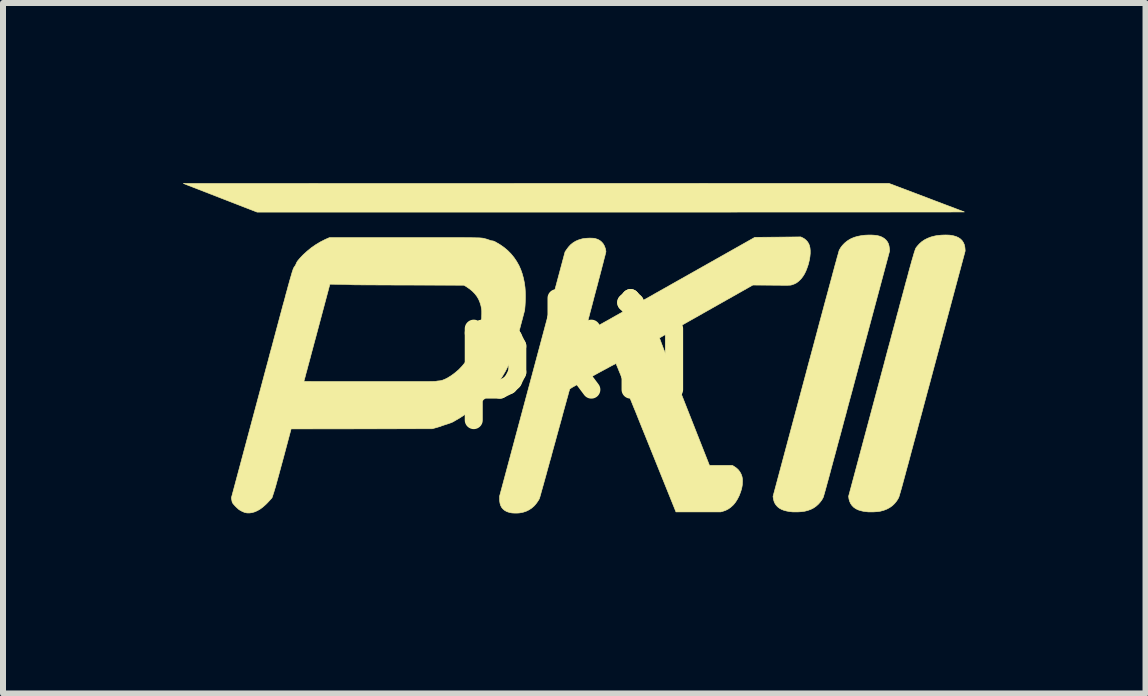
<source format=kicad_pcb>
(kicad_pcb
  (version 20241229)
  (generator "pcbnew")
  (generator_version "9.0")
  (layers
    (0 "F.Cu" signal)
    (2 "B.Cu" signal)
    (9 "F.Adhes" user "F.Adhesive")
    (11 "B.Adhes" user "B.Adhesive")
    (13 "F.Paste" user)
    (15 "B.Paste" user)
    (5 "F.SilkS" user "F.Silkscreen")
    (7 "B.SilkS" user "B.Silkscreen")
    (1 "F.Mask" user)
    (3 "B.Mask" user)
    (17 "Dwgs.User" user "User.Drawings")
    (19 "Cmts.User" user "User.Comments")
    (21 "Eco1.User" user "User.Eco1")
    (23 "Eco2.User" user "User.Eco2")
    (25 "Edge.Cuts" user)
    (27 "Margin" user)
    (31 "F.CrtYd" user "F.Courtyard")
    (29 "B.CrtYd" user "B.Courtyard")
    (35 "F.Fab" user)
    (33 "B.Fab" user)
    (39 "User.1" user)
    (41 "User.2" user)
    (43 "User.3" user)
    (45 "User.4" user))
  (footprint "pkii"
    (layer "F.Cu")
    (at 6.512 2.752)
    (property "Reference" "pkii" (at 0 0 0) (layer "F.SilkS") (effects (font (size 1.524 1.524) (thickness 0.3))))
    (attr through_hole)
    (fp_poly (pts (xy 5.872 -2.511) (xy 5.937 -2.486) (xy 6 -2.462) (xy 6.061 -2.439) (xy 6.119 -2.417) (xy 6.174 -2.396) (xy 6.227 -2.376) (xy 6.276 -2.358) (xy 6.321 -2.341) (xy 6.362 -2.325) (xy 6.399 -2.311) (xy 6.43 -2.299) (xy 6.457 -2.289) (xy 6.478 -2.281) (xy 6.493 -2.276) (xy 6.502 -2.272) (xy 6.504 -2.271) (xy 6.501 -2.271) (xy 6.49 -2.271) (xy 6.473 -2.271) (xy 6.448 -2.271) (xy 6.417 -2.271) (xy 6.379 -2.271) (xy 6.335 -2.271) (xy 6.284 -2.27) (xy 6.227 -2.27) (xy 6.164 -2.27) (xy 6.095 -2.27) (xy 6.019 -2.27) (xy 5.938 -2.27) (xy 5.852 -2.27) (xy 5.759 -2.27) (xy 5.662 -2.27) (xy 5.558 -2.27) (xy 5.45 -2.27) (xy 5.337 -2.27) (xy 5.218 -2.269) (xy 5.095 -2.269) (xy 4.967 -2.269) (xy 4.835 -2.269) (xy 4.698 -2.269) (xy 4.556 -2.269) (xy 4.41 -2.269) (xy 4.261 -2.269) (xy 4.107 -2.269) (xy 3.949 -2.269) (xy 3.788 -2.269) (xy 3.623 -2.269) (xy 3.454 -2.269) (xy 3.282 -2.269) (xy 3.107 -2.269) (xy 2.928 -2.269) (xy 2.746 -2.269) (xy 2.562 -2.268) (xy 2.375 -2.268) (xy 2.185 -2.268) (xy 1.992 -2.268) (xy 1.797 -2.268) (xy 1.6 -2.268) (xy 1.401 -2.268) (xy 1.199 -2.268) (xy 0.995 -2.268) (xy 0.79 -2.268) (xy 0.617 -2.268) (xy -5.278 -2.268) (xy -6.507 -2.745) (xy -0.63 -2.746) (xy 5.247 -2.747) (xy 5.872 -2.511)) (stroke (width 0.01) (type solid)) (fill yes) (layer "F.SilkS"))
    (fp_poly (pts (xy 5.006 -1.883) (xy 5.049 -1.878) (xy 5.087 -1.869) (xy 5.121 -1.857) (xy 5.151 -1.841) (xy 5.174 -1.826) (xy 5.201 -1.801) (xy 5.223 -1.773) (xy 5.24 -1.74) (xy 5.25 -1.703) (xy 5.256 -1.661) (xy 5.257 -1.656) (xy 5.259 -1.62) (xy 4.712 0.421) (xy 4.672 0.57) (xy 4.634 0.713) (xy 4.597 0.849) (xy 4.562 0.978) (xy 4.53 1.101) (xy 4.498 1.217) (xy 4.469 1.327) (xy 4.441 1.432) (xy 4.414 1.53) (xy 4.389 1.622) (xy 4.366 1.709) (xy 4.344 1.791) (xy 4.323 1.867) (xy 4.304 1.938) (xy 4.286 2.004) (xy 4.27 2.065) (xy 4.255 2.121) (xy 4.241 2.173) (xy 4.228 2.22) (xy 4.216 2.263) (xy 4.206 2.301) (xy 4.196 2.336) (xy 4.188 2.366) (xy 4.18 2.393) (xy 4.174 2.416) (xy 4.168 2.436) (xy 4.163 2.452) (xy 4.16 2.465) (xy 4.157 2.475) (xy 4.154 2.482) (xy 4.153 2.486) (xy 4.152 2.487) (xy 4.13 2.527) (xy 4.103 2.563) (xy 4.073 2.597) (xy 4.035 2.631) (xy 3.994 2.66) (xy 3.949 2.683) (xy 3.9 2.701) (xy 3.847 2.715) (xy 3.789 2.723) (xy 3.727 2.727) (xy 3.705 2.727) (xy 3.684 2.727) (xy 3.667 2.727) (xy 3.653 2.727) (xy 3.649 2.727) (xy 3.593 2.721) (xy 3.544 2.712) (xy 3.501 2.701) (xy 3.464 2.687) (xy 3.431 2.67) (xy 3.402 2.649) (xy 3.387 2.635) (xy 3.363 2.607) (xy 3.345 2.578) (xy 3.332 2.545) (xy 3.323 2.507) (xy 3.322 2.5) (xy 3.317 2.469) (xy 3.863 0.43) (xy 3.905 0.271) (xy 3.946 0.12) (xy 3.985 -0.025) (xy 4.022 -0.163) (xy 4.057 -0.294) (xy 4.09 -0.419) (xy 4.122 -0.537) (xy 4.152 -0.649) (xy 4.18 -0.754) (xy 4.207 -0.853) (xy 4.232 -0.945) (xy 4.255 -1.031) (xy 4.277 -1.112) (xy 4.297 -1.186) (xy 4.315 -1.254) (xy 4.332 -1.316) (xy 4.347 -1.373) (xy 4.361 -1.423) (xy 4.374 -1.468) (xy 4.384 -1.508) (xy 4.394 -1.542) (xy 4.402 -1.57) (xy 4.408 -1.593) (xy 4.413 -1.611) (xy 4.417 -1.624) (xy 4.419 -1.631) (xy 4.42 -1.633) (xy 4.444 -1.675) (xy 4.474 -1.715) (xy 4.51 -1.752) (xy 4.55 -1.785) (xy 4.593 -1.813) (xy 4.624 -1.829) (xy 4.673 -1.849) (xy 4.726 -1.864) (xy 4.782 -1.875) (xy 4.843 -1.883) (xy 4.904 -1.886) (xy 4.958 -1.886) (xy 5.006 -1.883)) (stroke (width 0.01) (type solid)) (fill yes) (layer "F.SilkS"))
    (fp_poly (pts (xy 6.225 -1.886) (xy 6.253 -1.885) (xy 6.272 -1.883) (xy 6.322 -1.874) (xy 6.367 -1.861) (xy 6.405 -1.844) (xy 6.438 -1.822) (xy 6.465 -1.796) (xy 6.486 -1.765) (xy 6.502 -1.731) (xy 6.512 -1.691) (xy 6.516 -1.656) (xy 6.518 -1.62) (xy 5.971 0.421) (xy 5.933 0.564) (xy 5.896 0.7) (xy 5.861 0.83) (xy 5.828 0.953) (xy 5.797 1.07) (xy 5.767 1.181) (xy 5.739 1.285) (xy 5.713 1.384) (xy 5.688 1.478) (xy 5.664 1.565) (xy 5.642 1.648) (xy 5.621 1.725) (xy 5.602 1.797) (xy 5.584 1.865) (xy 5.567 1.928) (xy 5.551 1.986) (xy 5.536 2.04) (xy 5.523 2.091) (xy 5.51 2.137) (xy 5.499 2.179) (xy 5.488 2.218) (xy 5.479 2.253) (xy 5.47 2.285) (xy 5.462 2.314) (xy 5.455 2.34) (xy 5.448 2.363) (xy 5.442 2.384) (xy 5.437 2.402) (xy 5.432 2.418) (xy 5.428 2.432) (xy 5.425 2.444) (xy 5.422 2.454) (xy 5.419 2.463) (xy 5.417 2.47) (xy 5.414 2.477) (xy 5.413 2.482) (xy 5.411 2.486) (xy 5.41 2.489) (xy 5.408 2.492) (xy 5.407 2.495) (xy 5.407 2.495) (xy 5.378 2.543) (xy 5.344 2.585) (xy 5.306 2.622) (xy 5.263 2.653) (xy 5.215 2.679) (xy 5.162 2.7) (xy 5.105 2.715) (xy 5.087 2.718) (xy 5.066 2.721) (xy 5.041 2.723) (xy 5.012 2.725) (xy 4.982 2.727) (xy 4.953 2.727) (xy 4.927 2.727) (xy 4.908 2.727) (xy 4.863 2.722) (xy 4.825 2.717) (xy 4.79 2.709) (xy 4.758 2.7) (xy 4.736 2.693) (xy 4.697 2.674) (xy 4.662 2.65) (xy 4.634 2.622) (xy 4.611 2.59) (xy 4.594 2.553) (xy 4.582 2.512) (xy 4.58 2.494) (xy 4.576 2.467) (xy 5.122 0.429) (xy 5.161 0.284) (xy 5.197 0.147) (xy 5.232 0.016) (xy 5.266 -0.108) (xy 5.297 -0.226) (xy 5.327 -0.338) (xy 5.356 -0.444) (xy 5.382 -0.544) (xy 5.408 -0.638) (xy 5.431 -0.727) (xy 5.454 -0.811) (xy 5.475 -0.889) (xy 5.495 -0.963) (xy 5.513 -1.031) (xy 5.53 -1.095) (xy 5.547 -1.155) (xy 5.562 -1.21) (xy 5.575 -1.261) (xy 5.588 -1.308) (xy 5.6 -1.352) (xy 5.611 -1.391) (xy 5.621 -1.427) (xy 5.63 -1.46) (xy 5.639 -1.49) (xy 5.647 -1.517) (xy 5.654 -1.541) (xy 5.66 -1.563) (xy 5.666 -1.582) (xy 5.671 -1.599) (xy 5.676 -1.613) (xy 5.68 -1.626) (xy 5.684 -1.637) (xy 5.687 -1.646) (xy 5.69 -1.654) (xy 5.693 -1.661) (xy 5.696 -1.667) (xy 5.698 -1.671) (xy 5.701 -1.675) (xy 5.703 -1.679) (xy 5.705 -1.682) (xy 5.708 -1.685) (xy 5.71 -1.687) (xy 5.712 -1.69) (xy 5.715 -1.693) (xy 5.718 -1.696) (xy 5.719 -1.699) (xy 5.755 -1.739) (xy 5.795 -1.775) (xy 5.841 -1.806) (xy 5.892 -1.832) (xy 5.949 -1.854) (xy 6.011 -1.87) (xy 6.042 -1.876) (xy 6.066 -1.879) (xy 6.095 -1.882) (xy 6.128 -1.885) (xy 6.161 -1.886) (xy 6.194 -1.887) (xy 6.225 -1.886)) (stroke (width 0.01) (type solid)) (fill yes) (layer "F.SilkS"))
    (fp_poly (pts (xy 3.803 -1.844) (xy 3.836 -1.826) (xy 3.866 -1.802) (xy 3.89 -1.776) (xy 3.909 -1.746) (xy 3.91 -1.745) (xy 3.924 -1.711) (xy 3.933 -1.671) (xy 3.937 -1.627) (xy 3.937 -1.579) (xy 3.932 -1.527) (xy 3.923 -1.472) (xy 3.909 -1.414) (xy 3.903 -1.392) (xy 3.883 -1.334) (xy 3.863 -1.283) (xy 3.84 -1.237) (xy 3.815 -1.197) (xy 3.788 -1.161) (xy 3.771 -1.143) (xy 3.739 -1.113) (xy 3.707 -1.089) (xy 3.671 -1.071) (xy 3.633 -1.057) (xy 3.627 -1.056) (xy 3.622 -1.054) (xy 3.616 -1.053) (xy 3.611 -1.052) (xy 3.605 -1.051) (xy 3.597 -1.051) (xy 3.587 -1.05) (xy 3.575 -1.05) (xy 3.56 -1.049) (xy 3.542 -1.049) (xy 3.52 -1.049) (xy 3.494 -1.049) (xy 3.462 -1.049) (xy 3.426 -1.05) (xy 3.383 -1.05) (xy 3.334 -1.05) (xy 3.289 -1.051) (xy 2.981 -1.053) (xy 2.206 -0.615) (xy 2.137 -0.576) (xy 2.069 -0.537) (xy 2.003 -0.5) (xy 1.939 -0.464) (xy 1.877 -0.429) (xy 1.819 -0.396) (xy 1.763 -0.364) (xy 1.711 -0.334) (xy 1.662 -0.307) (xy 1.617 -0.281) (xy 1.576 -0.258) (xy 1.539 -0.237) (xy 1.507 -0.219) (xy 1.48 -0.203) (xy 1.459 -0.191) (xy 1.442 -0.181) (xy 1.431 -0.175) (xy 1.427 -0.172) (xy 1.427 -0.172) (xy 1.426 -0.171) (xy 1.427 -0.168) (xy 1.429 -0.162) (xy 1.431 -0.154) (xy 1.435 -0.144) (xy 1.44 -0.131) (xy 1.446 -0.115) (xy 1.453 -0.095) (xy 1.461 -0.073) (xy 1.472 -0.046) (xy 1.483 -0.016) (xy 1.496 0.018) (xy 1.511 0.056) (xy 1.528 0.098) (xy 1.546 0.145) (xy 1.566 0.197) (xy 1.589 0.254) (xy 1.613 0.316) (xy 1.639 0.383) (xy 1.668 0.456) (xy 1.699 0.535) (xy 1.732 0.62) (xy 1.768 0.711) (xy 1.807 0.808) (xy 1.84 0.892) (xy 2.258 1.952) (xy 2.64 1.952) (xy 2.667 1.968) (xy 2.705 1.994) (xy 2.736 2.022) (xy 2.762 2.055) (xy 2.781 2.088) (xy 2.792 2.113) (xy 2.8 2.138) (xy 2.805 2.163) (xy 2.808 2.19) (xy 2.808 2.223) (xy 2.807 2.235) (xy 2.806 2.265) (xy 2.803 2.292) (xy 2.798 2.318) (xy 2.792 2.345) (xy 2.783 2.375) (xy 2.776 2.396) (xy 2.753 2.457) (xy 2.725 2.512) (xy 2.694 2.562) (xy 2.66 2.605) (xy 2.647 2.618) (xy 2.609 2.652) (xy 2.57 2.679) (xy 2.527 2.701) (xy 2.48 2.717) (xy 2.48 2.717) (xy 2.444 2.727) (xy 1.7 2.727) (xy 1.203 1.494) (xy 1.166 1.403) (xy 1.13 1.314) (xy 1.095 1.227) (xy 1.061 1.142) (xy 1.028 1.059) (xy 0.995 0.98) (xy 0.964 0.903) (xy 0.934 0.829) (xy 0.906 0.758) (xy 0.879 0.692) (xy 0.853 0.629) (xy 0.829 0.57) (xy 0.807 0.515) (xy 0.787 0.465) (xy 0.769 0.42) (xy 0.752 0.379) (xy 0.738 0.344) (xy 0.726 0.315) (xy 0.716 0.291) (xy 0.709 0.273) (xy 0.704 0.261) (xy 0.702 0.256) (xy 0.702 0.256) (xy 0.7 0.256) (xy 0.695 0.258) (xy 0.687 0.261) (xy 0.676 0.267) (xy 0.661 0.274) (xy 0.642 0.284) (xy 0.619 0.296) (xy 0.591 0.311) (xy 0.559 0.329) (xy 0.521 0.349) (xy 0.478 0.372) (xy 0.43 0.398) (xy 0.376 0.428) (xy 0.316 0.461) (xy 0.316 0.461) (xy 0.258 0.493) (xy 0.207 0.521) (xy 0.161 0.546) (xy 0.12 0.569) (xy 0.085 0.588) (xy 0.054 0.605) (xy 0.028 0.62) (xy 0.005 0.633) (xy -0.014 0.643) (xy -0.029 0.652) (xy -0.041 0.66) (xy -0.051 0.666) (xy -0.058 0.671) (xy -0.064 0.674) (xy -0.067 0.678) (xy -0.07 0.68) (xy -0.071 0.682) (xy -0.072 0.683) (xy -0.073 0.688) (xy -0.076 0.699) (xy -0.081 0.716) (xy -0.088 0.74) (xy -0.096 0.77) (xy -0.105 0.805) (xy -0.117 0.845) (xy -0.129 0.89) (xy -0.143 0.94) (xy -0.158 0.994) (xy -0.174 1.052) (xy -0.191 1.114) (xy -0.208 1.179) (xy -0.227 1.247) (xy -0.247 1.319) (xy -0.267 1.392) (xy -0.288 1.468) (xy -0.309 1.546) (xy -0.321 1.589) (xy -0.343 1.668) (xy -0.364 1.745) (xy -0.384 1.821) (xy -0.405 1.893) (xy -0.424 1.964) (xy -0.443 2.031) (xy -0.46 2.095) (xy -0.477 2.156) (xy -0.493 2.213) (xy -0.507 2.265) (xy -0.521 2.313) (xy -0.533 2.357) (xy -0.544 2.395) (xy -0.553 2.429) (xy -0.561 2.456) (xy -0.567 2.478) (xy -0.572 2.493) (xy -0.575 2.502) (xy -0.575 2.504) (xy -0.588 2.528) (xy -0.605 2.554) (xy -0.624 2.581) (xy -0.644 2.606) (xy -0.664 2.628) (xy -0.704 2.663) (xy -0.748 2.692) (xy -0.795 2.715) (xy -0.846 2.732) (xy -0.901 2.743) (xy -0.903 2.743) (xy -0.921 2.745) (xy -0.944 2.746) (xy -0.968 2.746) (xy -0.993 2.746) (xy -1.015 2.745) (xy -1.031 2.744) (xy -1.049 2.741) (xy -1.071 2.736) (xy -1.093 2.73) (xy -1.113 2.723) (xy -1.127 2.717) (xy -1.159 2.698) (xy -1.185 2.675) (xy -1.206 2.649) (xy -1.222 2.617) (xy -1.232 2.582) (xy -1.238 2.541) (xy -1.239 2.513) (xy -1.239 2.466) (xy -0.693 0.43) (xy -0.148 -1.606) (xy -0.124 -1.641) (xy -0.091 -1.686) (xy -0.055 -1.725) (xy -0.015 -1.757) (xy 0.029 -1.784) (xy 0.078 -1.805) (xy 0.131 -1.821) (xy 0.153 -1.826) (xy 0.177 -1.829) (xy 0.205 -1.832) (xy 0.235 -1.834) (xy 0.266 -1.835) (xy 0.296 -1.834) (xy 0.323 -1.833) (xy 0.345 -1.83) (xy 0.357 -1.827) (xy 0.397 -1.814) (xy 0.432 -1.795) (xy 0.462 -1.77) (xy 0.487 -1.741) (xy 0.507 -1.706) (xy 0.522 -1.666) (xy 0.525 -1.656) (xy 0.528 -1.64) (xy 0.531 -1.625) (xy 0.533 -1.614) (xy 0.533 -1.61) (xy 0.532 -1.606) (xy 0.53 -1.594) (xy 0.525 -1.577) (xy 0.52 -1.553) (xy 0.512 -1.524) (xy 0.503 -1.49) (xy 0.493 -1.45) (xy 0.482 -1.406) (xy 0.469 -1.358) (xy 0.456 -1.306) (xy 0.441 -1.25) (xy 0.426 -1.191) (xy 0.409 -1.129) (xy 0.393 -1.065) (xy 0.375 -0.999) (xy 0.357 -0.93) (xy 0.355 -0.924) (xy 0.337 -0.856) (xy 0.32 -0.79) (xy 0.303 -0.725) (xy 0.287 -0.664) (xy 0.271 -0.605) (xy 0.257 -0.55) (xy 0.243 -0.498) (xy 0.231 -0.45) (xy 0.219 -0.406) (xy 0.209 -0.367) (xy 0.2 -0.333) (xy 0.193 -0.304) (xy 0.187 -0.281) (xy 0.182 -0.264) (xy 0.18 -0.253) (xy 0.179 -0.249) (xy 0.179 -0.248) (xy 0.182 -0.25) (xy 0.191 -0.255) (xy 0.206 -0.264) (xy 0.227 -0.276) (xy 0.254 -0.29) (xy 0.286 -0.308) (xy 0.322 -0.329) (xy 0.364 -0.353) (xy 0.411 -0.379) (xy 0.462 -0.408) (xy 0.517 -0.439) (xy 0.577 -0.472) (xy 0.64 -0.508) (xy 0.707 -0.546) (xy 0.778 -0.586) (xy 0.852 -0.627) (xy 0.929 -0.671) (xy 1.009 -0.716) (xy 1.092 -0.763) (xy 1.177 -0.811) (xy 1.265 -0.86) (xy 1.354 -0.911) (xy 1.446 -0.963) (xy 1.539 -1.015) (xy 1.597 -1.048) (xy 3.014 -1.848) (xy 3.397 -1.851) (xy 3.779 -1.855) (xy 3.803 -1.844)) (stroke (width 0.01) (type solid)) (fill yes) (layer "F.SilkS"))
    (fp_poly (pts (xy -2.417 -1.843) (xy -2.329 -1.843) (xy -2.247 -1.843) (xy -2.171 -1.843) (xy -2.101 -1.843) (xy -2.036 -1.843) (xy -1.977 -1.843) (xy -1.922 -1.843) (xy -1.872 -1.843) (xy -1.826 -1.843) (xy -1.784 -1.842) (xy -1.747 -1.842) (xy -1.713 -1.842) (xy -1.683 -1.841) (xy -1.656 -1.841) (xy -1.632 -1.84) (xy -1.611 -1.84) (xy -1.592 -1.839) (xy -1.576 -1.839) (xy -1.562 -1.838) (xy -1.549 -1.837) (xy -1.539 -1.836) (xy -1.529 -1.835) (xy -1.521 -1.834) (xy -1.514 -1.833) (xy -1.508 -1.832) (xy -1.502 -1.83) (xy -1.496 -1.829) (xy -1.49 -1.827) (xy -1.484 -1.826) (xy -1.477 -1.824) (xy -1.475 -1.823) (xy -1.455 -1.818) (xy -1.432 -1.81) (xy -1.412 -1.803) (xy -1.407 -1.802) (xy -1.387 -1.794) (xy -1.369 -1.79) (xy -1.358 -1.789) (xy -1.349 -1.788) (xy -1.339 -1.785) (xy -1.326 -1.78) (xy -1.31 -1.772) (xy -1.303 -1.768) (xy -1.231 -1.726) (xy -1.164 -1.679) (xy -1.103 -1.628) (xy -1.048 -1.572) (xy -0.998 -1.511) (xy -0.954 -1.446) (xy -0.915 -1.377) (xy -0.886 -1.311) (xy -0.862 -1.243) (xy -0.842 -1.17) (xy -0.826 -1.093) (xy -0.815 -1.014) (xy -0.813 -0.987) (xy -0.811 -0.958) (xy -0.81 -0.924) (xy -0.809 -0.885) (xy -0.809 -0.845) (xy -0.81 -0.804) (xy -0.811 -0.765) (xy -0.813 -0.729) (xy -0.815 -0.699) (xy -0.821 -0.633) (xy -0.876 -0.425) (xy -0.887 -0.385) (xy -0.897 -0.346) (xy -0.907 -0.308) (xy -0.916 -0.273) (xy -0.924 -0.241) (xy -0.931 -0.212) (xy -0.937 -0.189) (xy -0.941 -0.17) (xy -0.943 -0.161) (xy -0.96 -0.089) (xy -0.98 -0.014) (xy -1.002 0.058) (xy -1.043 0.17) (xy -1.089 0.278) (xy -1.141 0.382) (xy -1.2 0.482) (xy -1.264 0.579) (xy -1.335 0.672) (xy -1.412 0.761) (xy -1.495 0.846) (xy -1.584 0.928) (xy -1.68 1.007) (xy -1.782 1.081) (xy -1.89 1.153) (xy -1.976 1.204) (xy -1.995 1.215) (xy -2.01 1.224) (xy -2.024 1.231) (xy -2.038 1.237) (xy -2.053 1.243) (xy -2.071 1.249) (xy -2.093 1.257) (xy -2.118 1.265) (xy -2.143 1.273) (xy -2.165 1.28) (xy -2.185 1.287) (xy -2.2 1.292) (xy -2.211 1.296) (xy -2.215 1.298) (xy -2.222 1.301) (xy -2.234 1.305) (xy -2.252 1.31) (xy -2.272 1.316) (xy -2.293 1.322) (xy -2.36 1.341) (xy -3.536 1.343) (xy -4.712 1.344) (xy -4.842 1.832) (xy -4.865 1.916) (xy -4.886 1.993) (xy -4.905 2.064) (xy -4.922 2.127) (xy -4.938 2.184) (xy -4.952 2.235) (xy -4.964 2.279) (xy -4.975 2.318) (xy -4.985 2.35) (xy -4.993 2.377) (xy -4.999 2.397) (xy -5.002 2.406) (xy -5.03 2.491) (xy -5.061 2.526) (xy -5.083 2.55) (xy -5.107 2.576) (xy -5.133 2.602) (xy -5.159 2.625) (xy -5.182 2.645) (xy -5.188 2.65) (xy -5.23 2.681) (xy -5.274 2.706) (xy -5.317 2.725) (xy -5.36 2.738) (xy -5.401 2.744) (xy -5.441 2.744) (xy -5.452 2.743) (xy -5.491 2.734) (xy -5.53 2.717) (xy -5.571 2.694) (xy -5.575 2.692) (xy -5.589 2.681) (xy -5.605 2.666) (xy -5.624 2.649) (xy -5.642 2.631) (xy -5.659 2.612) (xy -5.673 2.596) (xy -5.678 2.59) (xy -5.685 2.58) (xy -5.69 2.571) (xy -5.694 2.561) (xy -5.697 2.548) (xy -5.7 2.531) (xy -5.707 2.492) (xy -5.201 0.603) (xy -5.187 0.551) (xy -4.499 0.551) (xy -4.498 0.551) (xy -4.494 0.552) (xy -4.487 0.552) (xy -4.477 0.552) (xy -4.464 0.553) (xy -4.448 0.553) (xy -4.428 0.553) (xy -4.404 0.553) (xy -4.375 0.554) (xy -4.343 0.554) (xy -4.306 0.554) (xy -4.264 0.554) (xy -4.217 0.554) (xy -4.166 0.555) (xy -4.108 0.555) (xy -4.046 0.555) (xy -3.977 0.555) (xy -3.903 0.555) (xy -3.822 0.555) (xy -3.735 0.555) (xy -3.641 0.555) (xy -3.541 0.555) (xy -3.433 0.555) (xy -3.406 0.555) (xy -3.3 0.555) (xy -3.2 0.555) (xy -3.107 0.555) (xy -3.02 0.555) (xy -2.94 0.555) (xy -2.866 0.555) (xy -2.798 0.555) (xy -2.735 0.555) (xy -2.678 0.555) (xy -2.626 0.555) (xy -2.579 0.555) (xy -2.536 0.554) (xy -2.498 0.554) (xy -2.464 0.554) (xy -2.434 0.554) (xy -2.407 0.554) (xy -2.384 0.553) (xy -2.365 0.553) (xy -2.348 0.553) (xy -2.334 0.552) (xy -2.323 0.552) (xy -2.313 0.552) (xy -2.306 0.551) (xy -2.301 0.551) (xy -2.297 0.55) (xy -2.295 0.55) (xy -2.295 0.55) (xy -2.281 0.547) (xy -2.265 0.545) (xy -2.251 0.544) (xy -2.222 0.541) (xy -2.189 0.532) (xy -2.151 0.517) (xy -2.11 0.497) (xy -2.066 0.47) (xy -2.045 0.457) (xy -1.979 0.408) (xy -1.917 0.355) (xy -1.862 0.297) (xy -1.811 0.234) (xy -1.766 0.166) (xy -1.726 0.093) (xy -1.691 0.015) (xy -1.664 -0.061) (xy -1.657 -0.081) (xy -1.649 -0.105) (xy -1.64 -0.129) (xy -1.632 -0.148) (xy -1.605 -0.221) (xy -1.582 -0.289) (xy -1.564 -0.355) (xy -1.55 -0.419) (xy -1.544 -0.454) (xy -1.541 -0.477) (xy -1.538 -0.506) (xy -1.537 -0.536) (xy -1.536 -0.567) (xy -1.536 -0.597) (xy -1.536 -0.623) (xy -1.538 -0.644) (xy -1.538 -0.647) (xy -1.549 -0.707) (xy -1.566 -0.763) (xy -1.588 -0.816) (xy -1.617 -0.865) (xy -1.652 -0.91) (xy -1.693 -0.952) (xy -1.741 -0.991) (xy -1.795 -1.028) (xy -1.812 -1.038) (xy -1.834 -1.05) (xy -2.76 -1.053) (xy -2.869 -1.053) (xy -2.972 -1.053) (xy -3.068 -1.054) (xy -3.156 -1.054) (xy -3.238 -1.054) (xy -3.313 -1.055) (xy -3.381 -1.055) (xy -3.443 -1.055) (xy -3.499 -1.056) (xy -3.547 -1.056) (xy -3.59 -1.057) (xy -3.627 -1.057) (xy -3.657 -1.057) (xy -3.681 -1.058) (xy -3.7 -1.058) (xy -3.712 -1.059) (xy -3.719 -1.059) (xy -3.73 -1.06) (xy -3.748 -1.061) (xy -3.771 -1.062) (xy -3.798 -1.063) (xy -3.828 -1.064) (xy -3.861 -1.064) (xy -3.895 -1.065) (xy -3.91 -1.065) (xy -4.066 -1.067) (xy -4.281 -0.261) (xy -4.301 -0.186) (xy -4.321 -0.113) (xy -4.34 -0.042) (xy -4.358 0.026) (xy -4.376 0.092) (xy -4.392 0.154) (xy -4.408 0.213) (xy -4.423 0.269) (xy -4.437 0.32) (xy -4.449 0.367) (xy -4.461 0.409) (xy -4.471 0.447) (xy -4.479 0.479) (xy -4.487 0.506) (xy -4.492 0.526) (xy -4.496 0.541) (xy -4.498 0.549) (xy -4.499 0.551) (xy -5.187 0.551) (xy -5.164 0.464) (xy -5.129 0.333) (xy -5.095 0.208) (xy -5.064 0.089) (xy -5.033 -0.023) (xy -5.005 -0.129) (xy -4.978 -0.23) (xy -4.953 -0.324) (xy -4.929 -0.413) (xy -4.907 -0.496) (xy -4.886 -0.574) (xy -4.866 -0.648) (xy -4.848 -0.716) (xy -4.83 -0.779) (xy -4.814 -0.838) (xy -4.8 -0.893) (xy -4.786 -0.943) (xy -4.773 -0.99) (xy -4.762 -1.032) (xy -4.751 -1.071) (xy -4.741 -1.107) (xy -4.732 -1.139) (xy -4.724 -1.168) (xy -4.716 -1.194) (xy -4.709 -1.218) (xy -4.703 -1.239) (xy -4.698 -1.257) (xy -4.693 -1.273) (xy -4.688 -1.287) (xy -4.684 -1.299) (xy -4.681 -1.31) (xy -4.677 -1.319) (xy -4.674 -1.327) (xy -4.671 -1.333) (xy -4.669 -1.339) (xy -4.666 -1.343) (xy -4.664 -1.347) (xy -4.662 -1.351) (xy -4.66 -1.354) (xy -4.657 -1.357) (xy -4.655 -1.36) (xy -4.652 -1.364) (xy -4.649 -1.368) (xy -4.648 -1.37) (xy -4.639 -1.385) (xy -4.631 -1.4) (xy -4.626 -1.414) (xy -4.625 -1.415) (xy -4.618 -1.431) (xy -4.606 -1.451) (xy -4.587 -1.474) (xy -4.563 -1.502) (xy -4.533 -1.534) (xy -4.511 -1.557) (xy -4.445 -1.617) (xy -4.377 -1.673) (xy -4.305 -1.723) (xy -4.229 -1.769) (xy -4.147 -1.811) (xy -4.111 -1.827) (xy -4.074 -1.843) (xy -2.834 -1.843) (xy -2.719 -1.843) (xy -2.612 -1.843) (xy -2.511 -1.843) (xy -2.417 -1.843)) (stroke (width 0.01) (type solid)) (fill yes) (layer "F.SilkS")))
  (gr_rect
    (start -3 -3)
    (end 16.035 8.503)
    (stroke (width 0.1) (type default))
    (fill no)
    (layer "Edge.Cuts")))
</source>
